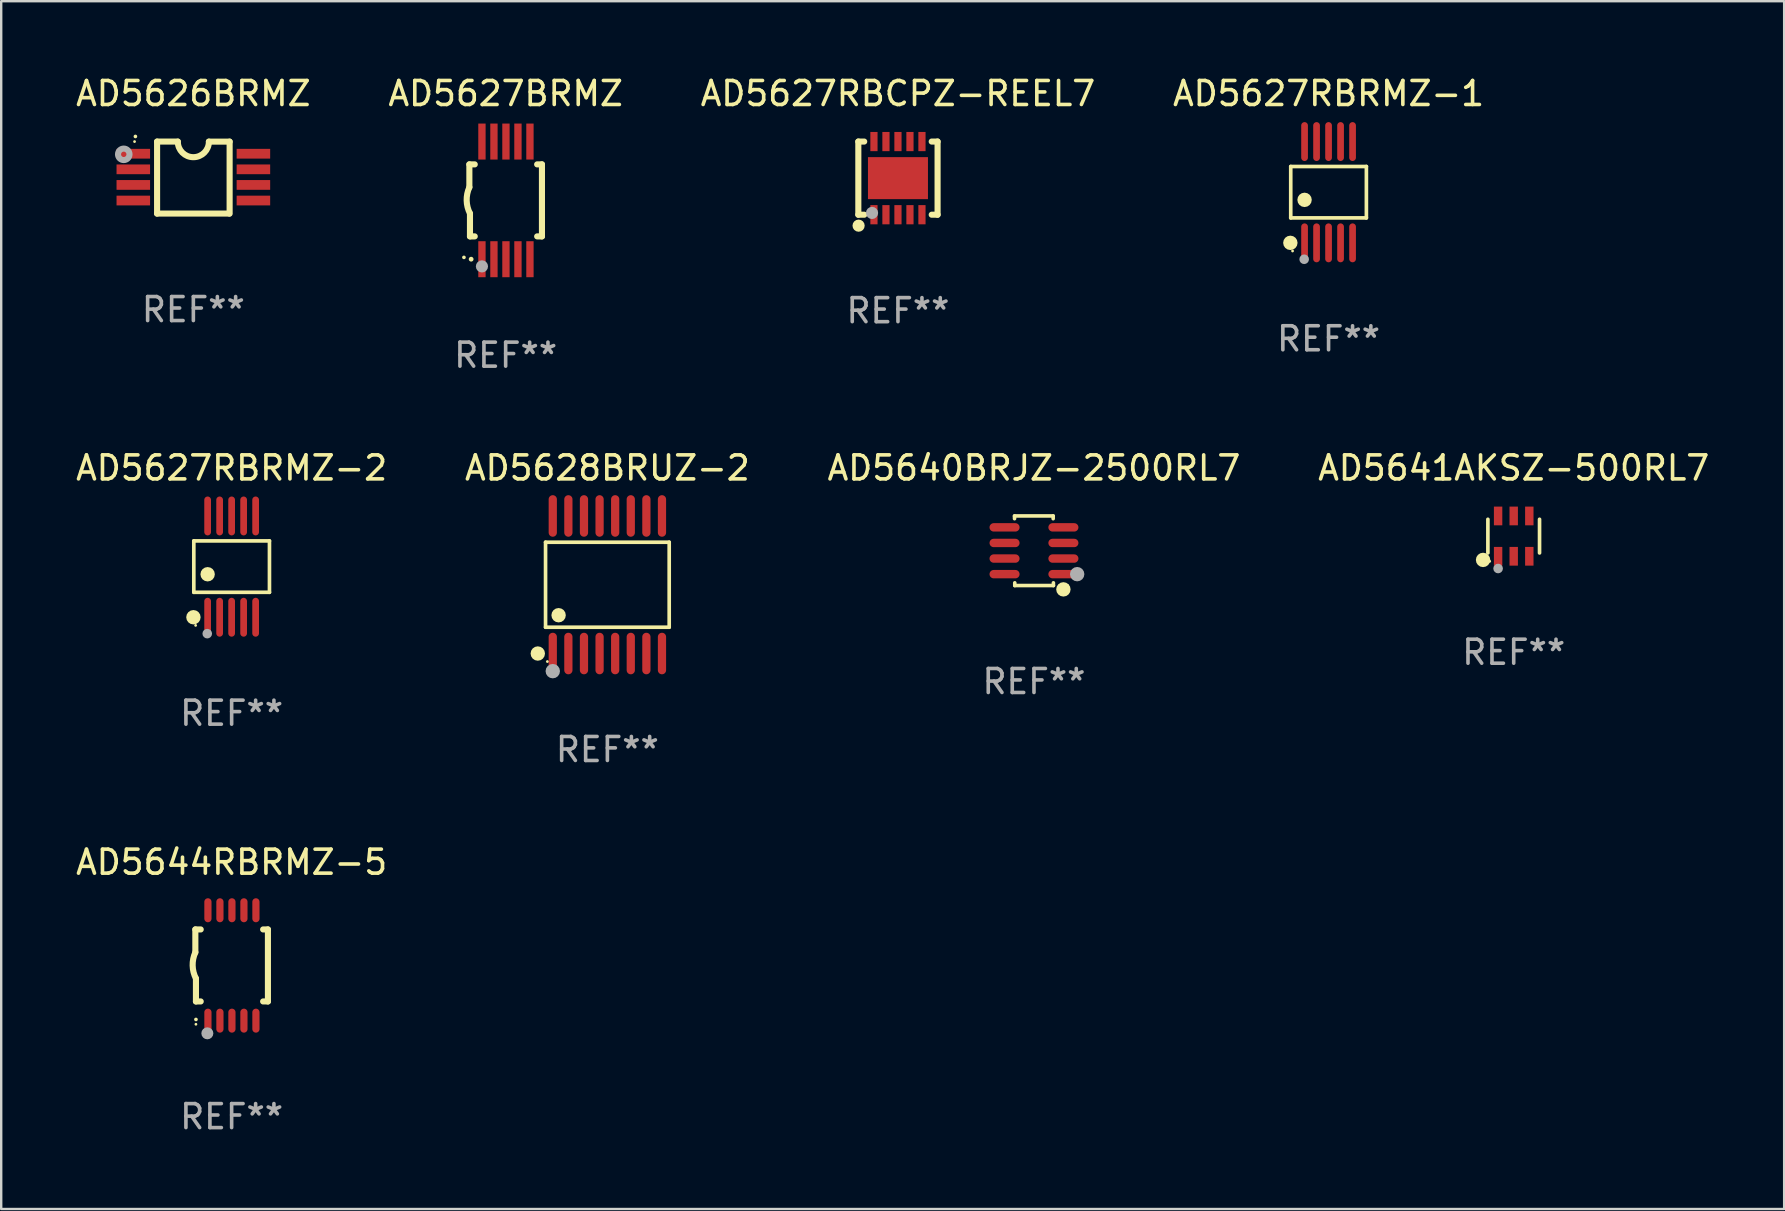
<source format=kicad_pcb>
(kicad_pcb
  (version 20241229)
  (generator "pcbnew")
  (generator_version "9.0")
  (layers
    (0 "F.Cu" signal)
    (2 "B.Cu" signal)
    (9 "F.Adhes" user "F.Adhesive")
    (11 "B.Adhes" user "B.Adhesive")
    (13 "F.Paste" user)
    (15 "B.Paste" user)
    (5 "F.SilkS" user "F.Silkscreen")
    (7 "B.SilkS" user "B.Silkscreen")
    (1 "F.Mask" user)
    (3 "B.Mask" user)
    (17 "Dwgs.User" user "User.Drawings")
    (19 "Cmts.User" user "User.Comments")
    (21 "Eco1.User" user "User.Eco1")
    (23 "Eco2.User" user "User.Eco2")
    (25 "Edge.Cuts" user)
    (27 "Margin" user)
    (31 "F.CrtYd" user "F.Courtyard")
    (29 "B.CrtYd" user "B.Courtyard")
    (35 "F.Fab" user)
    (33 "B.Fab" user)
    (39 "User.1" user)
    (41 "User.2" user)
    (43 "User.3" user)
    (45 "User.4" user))
  (footprint "AD5627RBRMZ-1"
    (layer "F.Cu")
    (at 52.304 4.958)
    (property "Reference" "AD5627RBRMZ-1" (at 0 -4.11 0) (layer "F.SilkS") (effects (font (size 1 1) (thickness 0.15))))
    (attr through_hole)
    (fp_line (start -1.576 -1.071) (end 1.576 -1.071) (stroke (width 0.152) (type solid)) (layer "F.SilkS"))
    (fp_line (start -1.576 1.071) (end -1.576 -1.071) (stroke (width 0.152) (type solid)) (layer "F.SilkS"))
    (fp_line (start 1.576 -1.071) (end 1.576 1.071) (stroke (width 0.152) (type solid)) (layer "F.SilkS"))
    (fp_line (start 1.576 1.071) (end -1.576 1.071) (stroke (width 0.152) (type solid)) (layer "F.SilkS"))
    (fp_circle (center -1.592 2.11) (end -1.442 2.11) (stroke (width 0.3) (type solid)) (fill no) (layer "F.SilkS"))
    (fp_circle (center -1.5 2.45) (end -1.47 2.45) (stroke (width 0.06) (type solid)) (fill no) (layer "F.SilkS"))
    (fp_circle (center -1 0.319) (end -0.85 0.319) (stroke (width 0.3) (type solid)) (fill no) (layer "F.SilkS"))
    (fp_circle (center -1.016 2.794) (end -0.916 2.794) (stroke (width 0.2) (type solid)) (fill no) (layer "F.Fab"))
    (fp_text user "REF**" (at 0 6.11 0) (layer "F.Fab") (effects (font (size 1 1) (thickness 0.15))))
    (pad "1" smd oval (at -1 2.11) (size 0.28 1.62) (layers "F.Cu" "F.Mask" "F.Paste"))
    (pad "2" smd oval (at -0.5 2.11) (size 0.28 1.62) (layers "F.Cu" "F.Mask" "F.Paste"))
    (pad "3" smd oval (at 0 2.11) (size 0.28 1.62) (layers "F.Cu" "F.Mask" "F.Paste"))
    (pad "4" smd oval (at 0.5 2.11) (size 0.28 1.62) (layers "F.Cu" "F.Mask" "F.Paste"))
    (pad "5" smd oval (at 1 2.11) (size 0.28 1.62) (layers "F.Cu" "F.Mask" "F.Paste"))
    (pad "6" smd oval (at 1 -2.11) (size 0.28 1.62) (layers "F.Cu" "F.Mask" "F.Paste"))
    (pad "7" smd oval (at 0.5 -2.11) (size 0.28 1.62) (layers "F.Cu" "F.Mask" "F.Paste"))
    (pad "8" smd oval (at 0 -2.11) (size 0.28 1.62) (layers "F.Cu" "F.Mask" "F.Paste"))
    (pad "9" smd oval (at -0.5 -2.11) (size 0.28 1.62) (layers "F.Cu" "F.Mask" "F.Paste"))
    (pad "10" smd oval (at -1 -2.11) (size 0.28 1.62) (layers "F.Cu" "F.Mask" "F.Paste")))
  (footprint "AD5627BRMZ"
    (layer "F.Cu")
    (at 18.018 5.299)
    (property "Reference" "AD5627BRMZ" (at 0 -4.451 0) (layer "F.SilkS") (effects (font (size 1 1) (thickness 0.15))))
    (attr through_hole)
    (fp_line (start -1.512 -1.5) (end -1.512 -0.546) (stroke (width 0.254) (type solid)) (layer "F.SilkS"))
    (fp_line (start -1.487 0.546) (end -1.487 1.5) (stroke (width 0.254) (type solid)) (layer "F.SilkS"))
    (fp_line (start -1.288 -1.5) (end -1.512 -1.5) (stroke (width 0.254) (type solid)) (layer "F.SilkS"))
    (fp_line (start -1.288 1.5) (end -1.487 1.5) (stroke (width 0.254) (type solid)) (layer "F.SilkS"))
    (fp_line (start 1.512 -1.5) (end 1.312 -1.5) (stroke (width 0.254) (type solid)) (layer "F.SilkS"))
    (fp_line (start 1.512 -1.5) (end 1.512 1.5) (stroke (width 0.254) (type solid)) (layer "F.SilkS"))
    (fp_line (start 1.512 1.5) (end 1.312 1.5) (stroke (width 0.254) (type solid)) (layer "F.SilkS"))
    (fp_arc (start -1.739332 2.375032) (mid -1.738062 2.375026) (end -1.736792 2.375032) (stroke (width 0.150013) (type solid)) (layer "F.SilkS"))
    (fp_arc (start -1.486602 0.546102) (mid -1.624196 0.002905) (end -1.512002 -0.546101) (stroke (width 0.254001) (type solid)) (layer "F.SilkS"))
    (fp_circle (center -1.438 2.45) (end -1.388 2.45) (stroke (width 0.1) (type solid)) (fill no) (layer "F.SilkS"))
    (fp_circle (center -0.988 2.75) (end -0.861 2.75) (stroke (width 0.254) (type solid)) (fill no) (layer "F.Fab"))
    (fp_text user "REF**" (at 0 6.451 0) (layer "F.Fab") (effects (font (size 1 1) (thickness 0.15))))
    (pad "1" smd rect (at -0.988 2.451 90) (size 1.5 0.305) (layers "F.Cu" "F.Mask" "F.Paste"))
    (pad "2" smd rect (at -0.488 2.451 90) (size 1.5 0.305) (layers "F.Cu" "F.Mask" "F.Paste"))
    (pad "3" smd rect (at 0.012 2.451 90) (size 1.5 0.305) (layers "F.Cu" "F.Mask" "F.Paste"))
    (pad "4" smd rect (at 0.512 2.451 90) (size 1.5 0.305) (layers "F.Cu" "F.Mask" "F.Paste"))
    (pad "5" smd rect (at 1.012 2.451 90) (size 1.5 0.305) (layers "F.Cu" "F.Mask" "F.Paste"))
    (pad "6" smd rect (at 1.012 -2.451 90) (size 1.5 0.305) (layers "F.Cu" "F.Mask" "F.Paste"))
    (pad "7" smd rect (at 0.512 -2.451 90) (size 1.5 0.305) (layers "F.Cu" "F.Mask" "F.Paste"))
    (pad "8" smd rect (at 0.012 -2.451 90) (size 1.5 0.305) (layers "F.Cu" "F.Mask" "F.Paste"))
    (pad "9" smd rect (at -0.488 -2.451 90) (size 1.5 0.305) (layers "F.Cu" "F.Mask" "F.Paste"))
    (pad "10" smd rect (at -0.988 -2.451 90) (size 1.5 0.305) (layers "F.Cu" "F.Mask" "F.Paste")))
  (footprint "AD5627RBCPZ-REEL7"
    (layer "F.Cu")
    (at 34.363 4.372)
    (property "Reference" "AD5627RBCPZ-REEL7" (at 0 -3.524 0) (layer "F.SilkS") (effects (font (size 1 1) (thickness 0.15))))
    (attr through_hole)
    (fp_line (start -1.651 -1.524) (end -1.651 1.524) (stroke (width 0.254) (type solid)) (layer "F.SilkS"))
    (fp_line (start -1.651 1.524) (end -1.406 1.524) (stroke (width 0.254) (type solid)) (layer "F.SilkS"))
    (fp_line (start -1.406 -1.524) (end -1.651 -1.524) (stroke (width 0.254) (type solid)) (layer "F.SilkS"))
    (fp_line (start 1.406 1.524) (end 1.651 1.524) (stroke (width 0.254) (type solid)) (layer "F.SilkS"))
    (fp_line (start 1.651 -1.524) (end 1.406 -1.524) (stroke (width 0.254) (type solid)) (layer "F.SilkS"))
    (fp_line (start 1.651 1.524) (end 1.651 -1.524) (stroke (width 0.254) (type solid)) (layer "F.SilkS"))
    (fp_circle (center -1.64 1.98) (end -1.513 1.98) (stroke (width 0.254) (type solid)) (fill no) (layer "F.SilkS"))
    (fp_circle (center -1.5 1.5) (end -1.47 1.5) (stroke (width 0.06) (type solid)) (fill no) (layer "F.SilkS"))
    (fp_circle (center -1.08 1.45) (end -0.953 1.45) (stroke (width 0.254) (type solid)) (fill no) (layer "F.Fab"))
    (fp_text user "REF**" (at 0 5.524 0) (layer "F.Fab") (effects (font (size 1 1) (thickness 0.15))))
    (pad "1" smd rect (at -1 1.524) (size 0.3 0.8) (layers "F.Cu" "F.Mask" "F.Paste"))
    (pad "2" smd rect (at -0.5 1.524) (size 0.3 0.8) (layers "F.Cu" "F.Mask" "F.Paste"))
    (pad "3" smd rect (at 0 1.524) (size 0.3 0.8) (layers "F.Cu" "F.Mask" "F.Paste"))
    (pad "4" smd rect (at 0.5 1.524) (size 0.3 0.8) (layers "F.Cu" "F.Mask" "F.Paste"))
    (pad "5" smd rect (at 1 1.524) (size 0.3 0.8) (layers "F.Cu" "F.Mask" "F.Paste"))
    (pad "6" smd rect (at 1 -1.524) (size 0.3 0.8) (layers "F.Cu" "F.Mask" "F.Paste"))
    (pad "7" smd rect (at 0.5 -1.524) (size 0.3 0.8) (layers "F.Cu" "F.Mask" "F.Paste"))
    (pad "8" smd rect (at 0 -1.524) (size 0.3 0.8) (layers "F.Cu" "F.Mask" "F.Paste"))
    (pad "9" smd rect (at -0.5 -1.524) (size 0.3 0.8) (layers "F.Cu" "F.Mask" "F.Paste"))
    (pad "10" smd rect (at -1 -1.524) (size 0.3 0.8) (layers "F.Cu" "F.Mask" "F.Paste"))
    (pad "11" smd rect (at 0 0) (size 2.5 1.75) (layers "F.Cu" "F.Mask" "F.Paste")))
  (footprint "AD5627RBRMZ-2"
    (layer "F.Cu")
    (at 6.601 20.557)
    (property "Reference" "AD5627RBRMZ-2" (at 0 -4.11 0) (layer "F.SilkS") (effects (font (size 1 1) (thickness 0.15))))
    (attr through_hole)
    (fp_line (start -1.576 -1.071) (end 1.576 -1.071) (stroke (width 0.152) (type solid)) (layer "F.SilkS"))
    (fp_line (start -1.576 1.071) (end -1.576 -1.071) (stroke (width 0.152) (type solid)) (layer "F.SilkS"))
    (fp_line (start 1.576 -1.071) (end 1.576 1.071) (stroke (width 0.152) (type solid)) (layer "F.SilkS"))
    (fp_line (start 1.576 1.071) (end -1.576 1.071) (stroke (width 0.152) (type solid)) (layer "F.SilkS"))
    (fp_circle (center -1.592 2.11) (end -1.442 2.11) (stroke (width 0.3) (type solid)) (fill no) (layer "F.SilkS"))
    (fp_circle (center -1.5 2.45) (end -1.47 2.45) (stroke (width 0.06) (type solid)) (fill no) (layer "F.SilkS"))
    (fp_circle (center -1 0.319) (end -0.85 0.319) (stroke (width 0.3) (type solid)) (fill no) (layer "F.SilkS"))
    (fp_circle (center -1.016 2.794) (end -0.916 2.794) (stroke (width 0.2) (type solid)) (fill no) (layer "F.Fab"))
    (fp_text user "REF**" (at 0 6.11 0) (layer "F.Fab") (effects (font (size 1 1) (thickness 0.15))))
    (pad "1" smd oval (at -1 2.11) (size 0.28 1.62) (layers "F.Cu" "F.Mask" "F.Paste"))
    (pad "2" smd oval (at -0.5 2.11) (size 0.28 1.62) (layers "F.Cu" "F.Mask" "F.Paste"))
    (pad "3" smd oval (at 0 2.11) (size 0.28 1.62) (layers "F.Cu" "F.Mask" "F.Paste"))
    (pad "4" smd oval (at 0.5 2.11) (size 0.28 1.62) (layers "F.Cu" "F.Mask" "F.Paste"))
    (pad "5" smd oval (at 1 2.11) (size 0.28 1.62) (layers "F.Cu" "F.Mask" "F.Paste"))
    (pad "6" smd oval (at 1 -2.11) (size 0.28 1.62) (layers "F.Cu" "F.Mask" "F.Paste"))
    (pad "7" smd oval (at 0.5 -2.11) (size 0.28 1.62) (layers "F.Cu" "F.Mask" "F.Paste"))
    (pad "8" smd oval (at 0 -2.11) (size 0.28 1.62) (layers "F.Cu" "F.Mask" "F.Paste"))
    (pad "9" smd oval (at -0.5 -2.11) (size 0.28 1.62) (layers "F.Cu" "F.Mask" "F.Paste"))
    (pad "10" smd oval (at -1 -2.11) (size 0.28 1.62) (layers "F.Cu" "F.Mask" "F.Paste")))
  (footprint "AD5640BRJZ-2500RL7"
    (layer "F.Cu")
    (at 40.03 19.897)
    (property "Reference" "AD5640BRJZ-2500RL7" (at 0 -3.45 0) (layer "F.SilkS") (effects (font (size 1 1) (thickness 0.15))))
    (attr through_hole)
    (fp_line (start -0.81 -1.45) (end 0.8 -1.45) (stroke (width 0.15) (type solid)) (layer "F.SilkS"))
    (fp_line (start -0.81 -1.336) (end -0.81 -1.45) (stroke (width 0.15) (type solid)) (layer "F.SilkS"))
    (fp_line (start -0.8 1.45) (end -0.8 1.336) (stroke (width 0.15) (type solid)) (layer "F.SilkS"))
    (fp_line (start 0.8 -1.45) (end 0.8 -1.336) (stroke (width 0.15) (type solid)) (layer "F.SilkS"))
    (fp_line (start 0.81 1.336) (end 0.81 1.45) (stroke (width 0.15) (type solid)) (layer "F.SilkS"))
    (fp_line (start 0.81 1.45) (end -0.8 1.45) (stroke (width 0.15) (type solid)) (layer "F.SilkS"))
    (fp_circle (center 1.226 1.609) (end 1.376 1.609) (stroke (width 0.3) (type solid)) (fill no) (layer "F.SilkS"))
    (fp_circle (center 1.4 1.45) (end 1.43 1.45) (stroke (width 0.06) (type solid)) (fill no) (layer "F.SilkS"))
    (fp_circle (center 1.8 0.975) (end 1.95 0.975) (stroke (width 0.3) (type solid)) (fill no) (layer "F.Fab"))
    (fp_text user "REF**" (at 0 5.45 0) (layer "F.Fab") (effects (font (size 1 1) (thickness 0.15))))
    (pad "1" smd oval (at 1.226 0.975) (size 1.252 0.35) (layers "F.Cu" "F.Mask" "F.Paste"))
    (pad "2" smd oval (at 1.226 0.325) (size 1.252 0.35) (layers "F.Cu" "F.Mask" "F.Paste"))
    (pad "3" smd oval (at 1.226 -0.325) (size 1.252 0.35) (layers "F.Cu" "F.Mask" "F.Paste"))
    (pad "4" smd oval (at 1.226 -0.975) (size 1.252 0.35) (layers "F.Cu" "F.Mask" "F.Paste"))
    (pad "5" smd oval (at -1.226 -0.975) (size 1.252 0.35) (layers "F.Cu" "F.Mask" "F.Paste"))
    (pad "6" smd oval (at -1.226 -0.325) (size 1.252 0.35) (layers "F.Cu" "F.Mask" "F.Paste"))
    (pad "7" smd oval (at -1.226 0.325) (size 1.252 0.35) (layers "F.Cu" "F.Mask" "F.Paste"))
    (pad "8" smd oval (at -1.226 0.975) (size 1.252 0.35) (layers "F.Cu" "F.Mask" "F.Paste")))
  (footprint "AD5644RBRMZ-5"
    (layer "F.Cu")
    (at 6.601 37.175)
    (property "Reference" "AD5644RBRMZ-5" (at 0 -4.3 0) (layer "F.SilkS") (effects (font (size 1 1) (thickness 0.15))))
    (attr through_hole)
    (fp_line (start -1.512 -1.5) (end -1.512 -0.546) (stroke (width 0.254) (type solid)) (layer "F.SilkS"))
    (fp_line (start -1.487 0.546) (end -1.487 1.5) (stroke (width 0.254) (type solid)) (layer "F.SilkS"))
    (fp_line (start -1.288 -1.5) (end -1.512 -1.5) (stroke (width 0.254) (type solid)) (layer "F.SilkS"))
    (fp_line (start -1.288 1.5) (end -1.487 1.5) (stroke (width 0.254) (type solid)) (layer "F.SilkS"))
    (fp_line (start 1.512 -1.5) (end 1.312 -1.5) (stroke (width 0.254) (type solid)) (layer "F.SilkS"))
    (fp_line (start 1.512 -1.5) (end 1.512 1.5) (stroke (width 0.254) (type solid)) (layer "F.SilkS"))
    (fp_line (start 1.512 1.5) (end 1.312 1.5) (stroke (width 0.254) (type solid)) (layer "F.SilkS"))
    (fp_arc (start -1.487998 2.250013) (mid -1.486728 2.250007) (end -1.485458 2.250013) (stroke (width 0.150013) (type solid)) (layer "F.SilkS"))
    (fp_arc (start -1.486602 0.546102) (mid -1.624196 0.002905) (end -1.512002 -0.546101) (stroke (width 0.254001) (type solid)) (layer "F.SilkS"))
    (fp_circle (center -1.488 2.45) (end -1.458 2.45) (stroke (width 0.06) (type solid)) (fill no) (layer "F.SilkS"))
    (fp_circle (center -1.012 2.828) (end -0.887 2.828) (stroke (width 0.25) (type solid)) (fill no) (layer "F.Fab"))
    (fp_text user "REF**" (at 0 6.3 0) (layer "F.Fab") (effects (font (size 1 1) (thickness 0.15))))
    (pad "1" smd oval (at -0.988 2.3) (size 0.3 1) (layers "F.Cu" "F.Mask" "F.Paste"))
    (pad "2" smd oval (at -0.488 2.3) (size 0.3 1) (layers "F.Cu" "F.Mask" "F.Paste"))
    (pad "3" smd oval (at 0.012 2.3) (size 0.3 1) (layers "F.Cu" "F.Mask" "F.Paste"))
    (pad "4" smd oval (at 0.512 2.3) (size 0.3 1) (layers "F.Cu" "F.Mask" "F.Paste"))
    (pad "5" smd oval (at 1.012 2.3) (size 0.3 1) (layers "F.Cu" "F.Mask" "F.Paste"))
    (pad "6" smd oval (at 1.012 -2.3) (size 0.3 1) (layers "F.Cu" "F.Mask" "F.Paste"))
    (pad "7" smd oval (at 0.512 -2.3) (size 0.3 1) (layers "F.Cu" "F.Mask" "F.Paste"))
    (pad "8" smd oval (at 0.012 -2.3) (size 0.3 1) (layers "F.Cu" "F.Mask" "F.Paste"))
    (pad "9" smd oval (at -0.488 -2.3) (size 0.3 1) (layers "F.Cu" "F.Mask" "F.Paste"))
    (pad "10" smd oval (at -0.988 -2.3) (size 0.3 1) (layers "F.Cu" "F.Mask" "F.Paste")))
  (footprint "AD5628BRUZ-2"
    (layer "F.Cu")
    (at 22.256 21.313)
    (property "Reference" "AD5628BRUZ-2" (at 0 -4.866 0) (layer "F.SilkS") (effects (font (size 1 1) (thickness 0.15))))
    (attr through_hole)
    (fp_line (start -2.576 -1.772) (end 2.576 -1.772) (stroke (width 0.152) (type solid)) (layer "F.SilkS"))
    (fp_line (start -2.576 1.771) (end -2.576 -1.772) (stroke (width 0.152) (type solid)) (layer "F.SilkS"))
    (fp_line (start 2.576 -1.772) (end 2.576 1.771) (stroke (width 0.152) (type solid)) (layer "F.SilkS"))
    (fp_line (start 2.576 1.771) (end -2.576 1.771) (stroke (width 0.152) (type solid)) (layer "F.SilkS"))
    (fp_circle (center -2.899 2.866) (end -2.749 2.866) (stroke (width 0.3) (type solid)) (fill no) (layer "F.SilkS"))
    (fp_circle (center -2.5 3.2) (end -2.47 3.2) (stroke (width 0.06) (type solid)) (fill no) (layer "F.SilkS"))
    (fp_circle (center -2.032 1.27) (end -1.882 1.27) (stroke (width 0.3) (type solid)) (fill no) (layer "F.SilkS"))
    (fp_circle (center -2.275 3.6) (end -2.125 3.6) (stroke (width 0.3) (type solid)) (fill no) (layer "F.Fab"))
    (fp_text user "REF**" (at 0 6.866 0) (layer "F.Fab") (effects (font (size 1 1) (thickness 0.15))))
    (pad "1" smd oval (at -2.275 2.866) (size 0.343 1.731) (layers "F.Cu" "F.Mask" "F.Paste"))
    (pad "2" smd oval (at -1.625 2.866) (size 0.343 1.731) (layers "F.Cu" "F.Mask" "F.Paste"))
    (pad "3" smd oval (at -0.975 2.866) (size 0.343 1.731) (layers "F.Cu" "F.Mask" "F.Paste"))
    (pad "4" smd oval (at -0.325 2.866) (size 0.343 1.731) (layers "F.Cu" "F.Mask" "F.Paste"))
    (pad "5" smd oval (at 0.325 2.866) (size 0.343 1.731) (layers "F.Cu" "F.Mask" "F.Paste"))
    (pad "6" smd oval (at 0.975 2.866) (size 0.343 1.731) (layers "F.Cu" "F.Mask" "F.Paste"))
    (pad "7" smd oval (at 1.625 2.866) (size 0.343 1.731) (layers "F.Cu" "F.Mask" "F.Paste"))
    (pad "8" smd oval (at 2.275 2.866) (size 0.343 1.731) (layers "F.Cu" "F.Mask" "F.Paste"))
    (pad "9" smd oval (at 2.275 -2.866) (size 0.343 1.731) (layers "F.Cu" "F.Mask" "F.Paste"))
    (pad "10" smd oval (at 1.625 -2.866) (size 0.343 1.731) (layers "F.Cu" "F.Mask" "F.Paste"))
    (pad "11" smd oval (at 0.975 -2.866) (size 0.343 1.731) (layers "F.Cu" "F.Mask" "F.Paste"))
    (pad "12" smd oval (at 0.325 -2.866) (size 0.343 1.731) (layers "F.Cu" "F.Mask" "F.Paste"))
    (pad "13" smd oval (at -0.325 -2.866) (size 0.343 1.731) (layers "F.Cu" "F.Mask" "F.Paste"))
    (pad "14" smd oval (at -0.975 -2.866) (size 0.343 1.731) (layers "F.Cu" "F.Mask" "F.Paste"))
    (pad "15" smd oval (at -1.625 -2.866) (size 0.343 1.731) (layers "F.Cu" "F.Mask" "F.Paste"))
    (pad "16" smd oval (at -2.275 -2.866) (size 0.343 1.731) (layers "F.Cu" "F.Mask" "F.Paste")))
  (footprint "AD5626BRMZ"
    (layer "F.Cu")
    (at 5.006 4.35)
    (property "Reference" "AD5626BRMZ" (at 0 -3.501 0) (layer "F.SilkS") (effects (font (size 1 1) (thickness 0.15))))
    (attr through_hole)
    (fp_line (start -1.511 -1.501) (end -1.511 1.499) (stroke (width 0.254) (type solid)) (layer "F.SilkS"))
    (fp_line (start -1.511 -1.501) (end -0.648 -1.501) (stroke (width 0.254) (type solid)) (layer "F.SilkS"))
    (fp_line (start -1.511 1.499) (end 1.489 1.499) (stroke (width 0.254) (type solid)) (layer "F.SilkS"))
    (fp_line (start 0.648 -1.499) (end 1.511 -1.499) (stroke (width 0.254) (type solid)) (layer "F.SilkS"))
    (fp_line (start 1.511 -1.499) (end 1.511 1.501) (stroke (width 0.254) (type solid)) (layer "F.SilkS"))
    (fp_arc (start -2.41491 -1.713233) (mid -2.414916 -1.714503) (end -2.41491 -1.715773) (stroke (width 0.150013) (type solid)) (layer "F.SilkS"))
    (fp_arc (start 0.647803 -1.498603) (mid 0.000102 -0.850902) (end -0.647599 -1.498603) (stroke (width 0.254001) (type solid)) (layer "F.SilkS"))
    (fp_circle (center -2.45 -1.501) (end -2.42 -1.501) (stroke (width 0.06) (type solid)) (fill no) (layer "F.SilkS"))
    (fp_circle (center -2.9 -0.97) (end -2.788 -0.97) (stroke (width 0.254) (type solid)) (fill no) (layer "F.Fab"))
    (fp_text user "REF**" (at 0 5.501 0) (layer "F.Fab") (effects (font (size 1 1) (thickness 0.15))))
    (pad "1" smd rect (at -2.502 -0.995) (size 1.397 0.406) (layers "F.Cu" "F.Mask" "F.Paste"))
    (pad "2" smd rect (at -2.502 -0.345) (size 1.397 0.406) (layers "F.Cu" "F.Mask" "F.Paste"))
    (pad "3" smd rect (at -2.502 0.305) (size 1.397 0.406) (layers "F.Cu" "F.Mask" "F.Paste"))
    (pad "4" smd rect (at -2.502 0.955) (size 1.397 0.406) (layers "F.Cu" "F.Mask" "F.Paste"))
    (pad "5" smd rect (at 2.502 0.955) (size 1.397 0.406) (layers "F.Cu" "F.Mask" "F.Paste"))
    (pad "6" smd rect (at 2.502 0.305) (size 1.397 0.406) (layers "F.Cu" "F.Mask" "F.Paste"))
    (pad "7" smd rect (at 2.502 -0.345) (size 1.397 0.406) (layers "F.Cu" "F.Mask" "F.Paste"))
    (pad "8" smd rect (at 2.502 -0.995) (size 1.397 0.406) (layers "F.Cu" "F.Mask" "F.Paste")))
  (footprint "AD5641AKSZ-500RL7"
    (layer "F.Cu")
    (at 60.018 19.287)
    (property "Reference" "AD5641AKSZ-500RL7" (at 0 -2.84 0) (layer "F.SilkS") (effects (font (size 1 1) (thickness 0.15))))
    (attr through_hole)
    (fp_line (start -1.076 0.701) (end -1.076 -0.701) (stroke (width 0.152) (type solid)) (layer "F.SilkS"))
    (fp_line (start 1.076 0.701) (end 1.076 -0.701) (stroke (width 0.152) (type solid)) (layer "F.SilkS"))
    (fp_circle (center -1.277 0.992) (end -1.127 0.992) (stroke (width 0.3) (type solid)) (fill no) (layer "F.SilkS"))
    (fp_circle (center -1 1.05) (end -0.97 1.05) (stroke (width 0.06) (type solid)) (fill no) (layer "F.SilkS"))
    (fp_circle (center -0.65 1.35) (end -0.55 1.35) (stroke (width 0.2) (type solid)) (fill no) (layer "F.Fab"))
    (fp_text user "REF**" (at 0 4.84 0) (layer "F.Fab") (effects (font (size 1 1) (thickness 0.15))))
    (pad "1" smd rect (at -0.65 0.84) (size 0.35 0.78) (layers "F.Cu" "F.Mask" "F.Paste"))
    (pad "2" smd rect (at 0 0.84) (size 0.35 0.78) (layers "F.Cu" "F.Mask" "F.Paste"))
    (pad "3" smd rect (at 0.65 0.84) (size 0.35 0.78) (layers "F.Cu" "F.Mask" "F.Paste"))
    (pad "4" smd rect (at 0.65 -0.84) (size 0.35 0.78) (layers "F.Cu" "F.Mask" "F.Paste"))
    (pad "5" smd rect (at 0 -0.84) (size 0.35 0.78) (layers "F.Cu" "F.Mask" "F.Paste"))
    (pad "6" smd rect (at -0.65 -0.84) (size 0.35 0.78) (layers "F.Cu" "F.Mask" "F.Paste")))
  (gr_rect
    (start -3 -3)
    (end 71.286 47.323)
    (stroke (width 0.1) (type default))
    (fill no)
    (layer "Edge.Cuts")))
</source>
